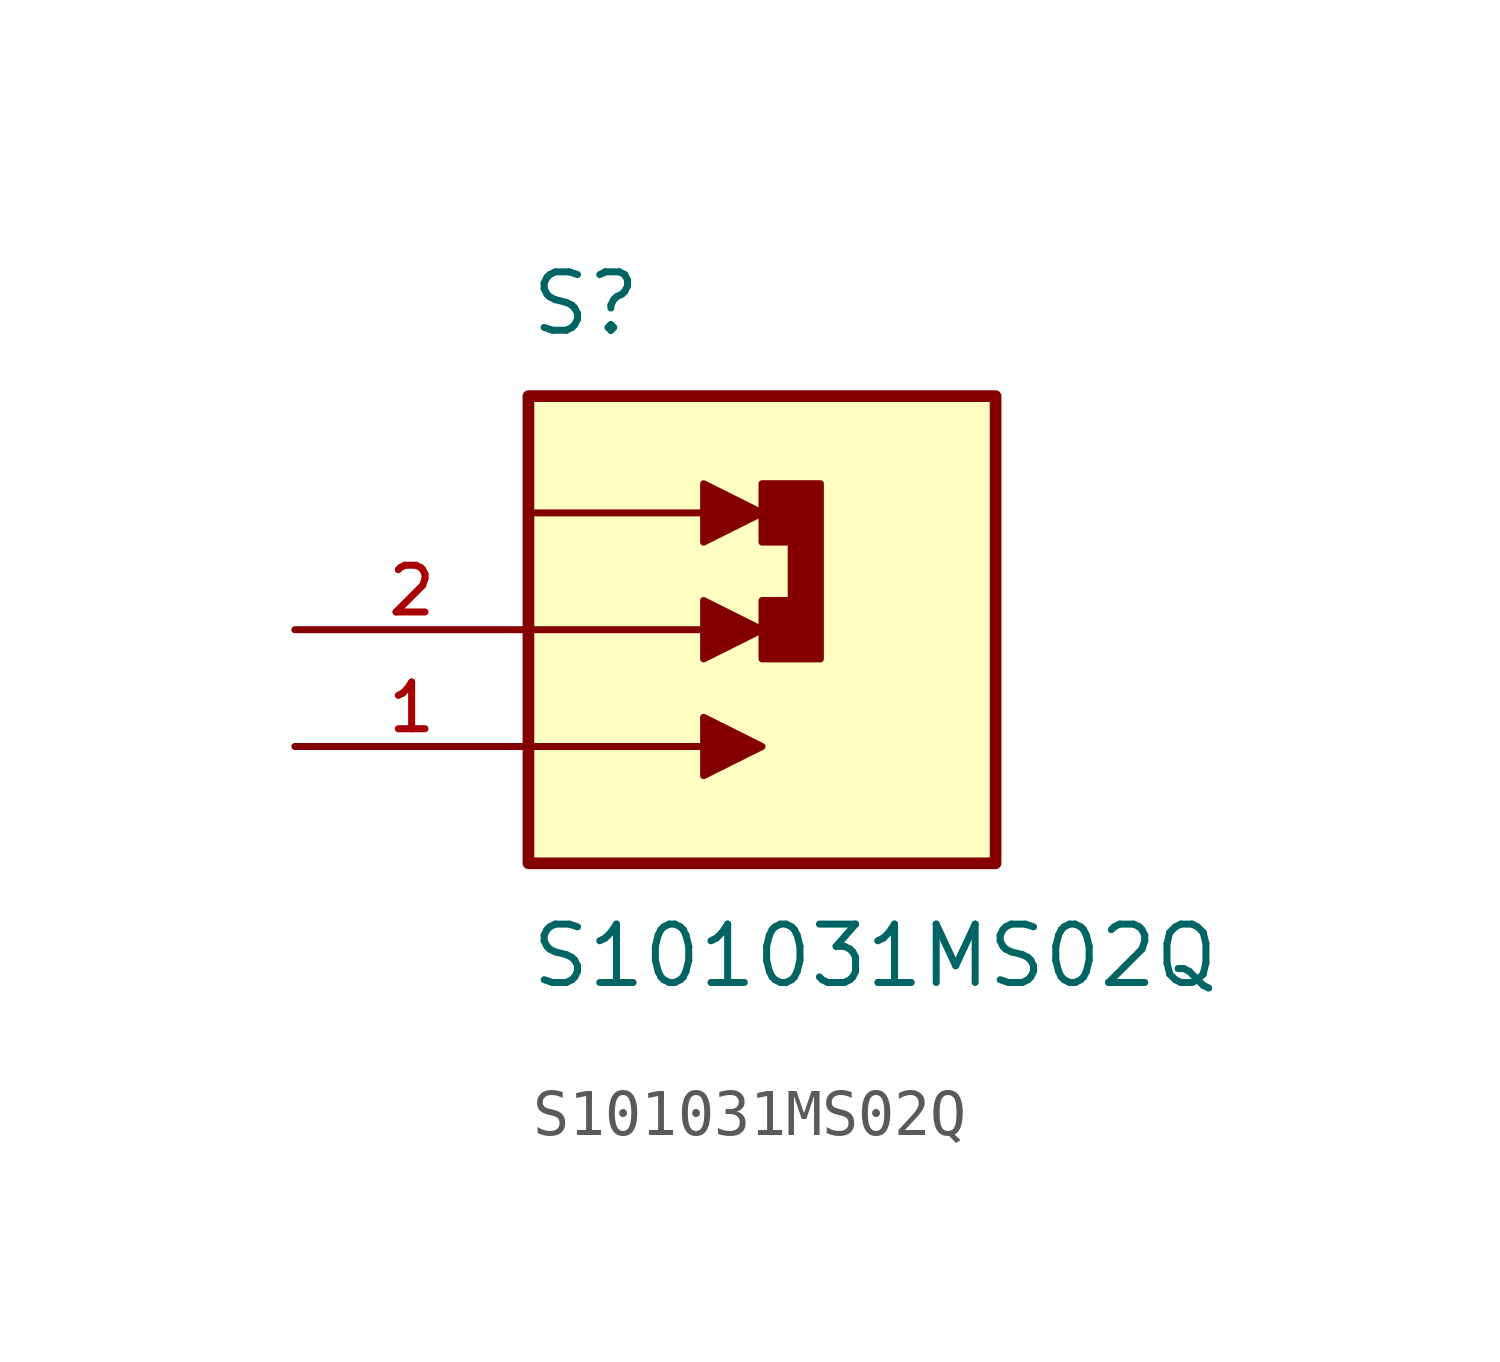
<source format=kicad_sym>
(kicad_symbol_lib
  (version 20211014)
  (generator kicad_symbol_editor)
  (symbol "S101031MS02Q"
    (pin_names
      (offset 1.016))
    (property "Reference" "S"
      (at -5.08 6.35 0)
      (effects (font (size 1.27 1.27)) (justify bottom left)))
    (property "Value" "S101031MS02Q"
      (at -5.08 -6.35 0)
      (effects (font (size 1.27 1.27)) (justify top left)))
    (symbol "S101031MS02Q_0_0"
      (polyline (pts (xy -5.08 2.54) (xy -1.27 2.54)) (stroke (width 0.152)))
      (polyline (pts (xy -1.27 3.175) (xy -1.27 1.905) (xy 0.0 2.54) (xy -1.27 3.175)) (stroke (width 0.152)) (fill (type outline)))
      (polyline (pts (xy -5.08 0.0) (xy -1.27 0.0)) (stroke (width 0.152)))
      (polyline (pts (xy -1.27 0.635) (xy -1.27 -0.635) (xy 0.0 0.0) (xy -1.27 0.635)) (stroke (width 0.152)) (fill (type outline)))
      (polyline (pts (xy -5.08 -2.54) (xy -1.27 -2.54)) (stroke (width 0.152)))
      (polyline (pts (xy -1.27 -1.905) (xy -1.27 -3.175) (xy 0.0 -2.54) (xy -1.27 -1.905)) (stroke (width 0.152)) (fill (type outline)))
      (polyline (pts (xy 0.0 1.905) (xy 0.0 3.175) (xy 1.27 3.175) (xy 1.27 -0.635) (xy 0.0 -0.635) (xy 0.0 0.635) (xy 0.635 0.635) (xy 0.635 1.905) (xy 0.0 1.905)) (stroke (width 0.152)) (fill (type outline)))
      (rectangle (start -5.08 -5.08) (end 5.08 5.08) (stroke (width 0.254)) (fill (type background)))
      (pin passive line (at -10.16 -2.54 0) (length 5.08) (name "~" (effects (font (size 1.016 1.016)))) (number "1" (effects (font (size 1.016 1.016)))))
      (pin passive line (at -10.16 0.0 0) (length 5.08) (name "~" (effects (font (size 1.016 1.016)))) (number "2" (effects (font (size 1.016 1.016))))))))
</source>
